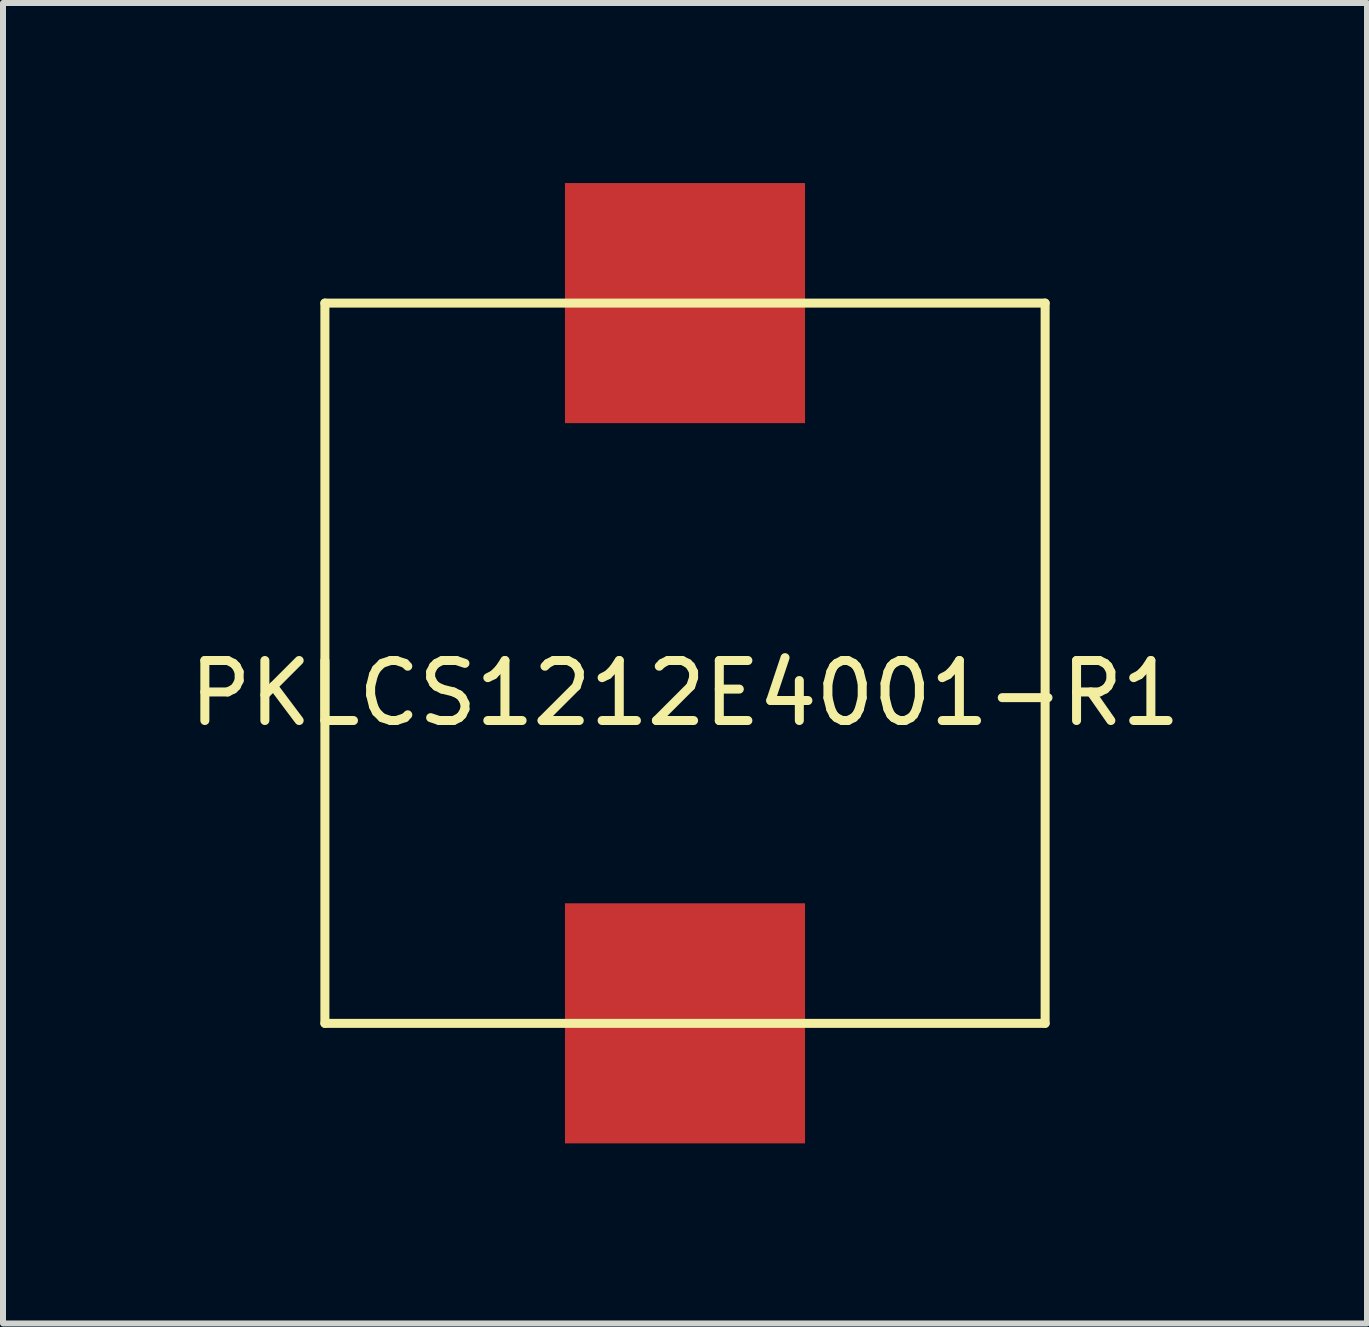
<source format=kicad_pcb>
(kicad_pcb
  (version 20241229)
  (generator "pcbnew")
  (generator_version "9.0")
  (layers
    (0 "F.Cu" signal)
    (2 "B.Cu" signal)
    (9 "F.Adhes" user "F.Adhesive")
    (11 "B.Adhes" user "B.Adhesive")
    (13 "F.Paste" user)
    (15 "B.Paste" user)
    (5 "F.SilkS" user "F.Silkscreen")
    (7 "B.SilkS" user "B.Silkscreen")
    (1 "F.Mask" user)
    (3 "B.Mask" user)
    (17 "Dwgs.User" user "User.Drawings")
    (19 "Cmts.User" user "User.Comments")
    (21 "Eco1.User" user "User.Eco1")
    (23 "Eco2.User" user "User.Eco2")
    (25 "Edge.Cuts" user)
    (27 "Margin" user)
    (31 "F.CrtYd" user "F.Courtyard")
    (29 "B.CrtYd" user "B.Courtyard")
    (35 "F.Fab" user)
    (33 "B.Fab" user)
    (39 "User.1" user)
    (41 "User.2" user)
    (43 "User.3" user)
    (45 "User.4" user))
  (footprint "PKLCS1212E4001-R1"
    (layer "F.Cu")
    (at 8.363 8)
    (property "Reference" "PKLCS1212E4001-R1" (at 0 0.5 0) (layer "F.SilkS") (effects (font (size 1 1) (thickness 0.15))))
    (attr through_hole)
    (fp_line (start -6 -6) (end 6 -6) (stroke (width 0.15) (type solid)) (layer "F.SilkS"))
    (fp_line (start -6 6) (end -6 -6) (stroke (width 0.15) (type solid)) (layer "F.SilkS"))
    (fp_line (start 6 -6) (end 6 6) (stroke (width 0.15) (type solid)) (layer "F.SilkS"))
    (fp_line (start 6 6) (end -6 6) (stroke (width 0.15) (type solid)) (layer "F.SilkS"))
    (pad "1" smd rect (at 0 -6) (size 4 4) (layers "F.Cu" "F.Mask" "F.Paste"))
    (pad "2" smd rect (at 0 6) (size 4 4) (layers "F.Cu" "F.Mask" "F.Paste")))
  (gr_rect
    (start -3 -3)
    (end 19.726 19)
    (stroke (width 0.1) (type default))
    (fill no)
    (layer "Edge.Cuts")))
</source>
